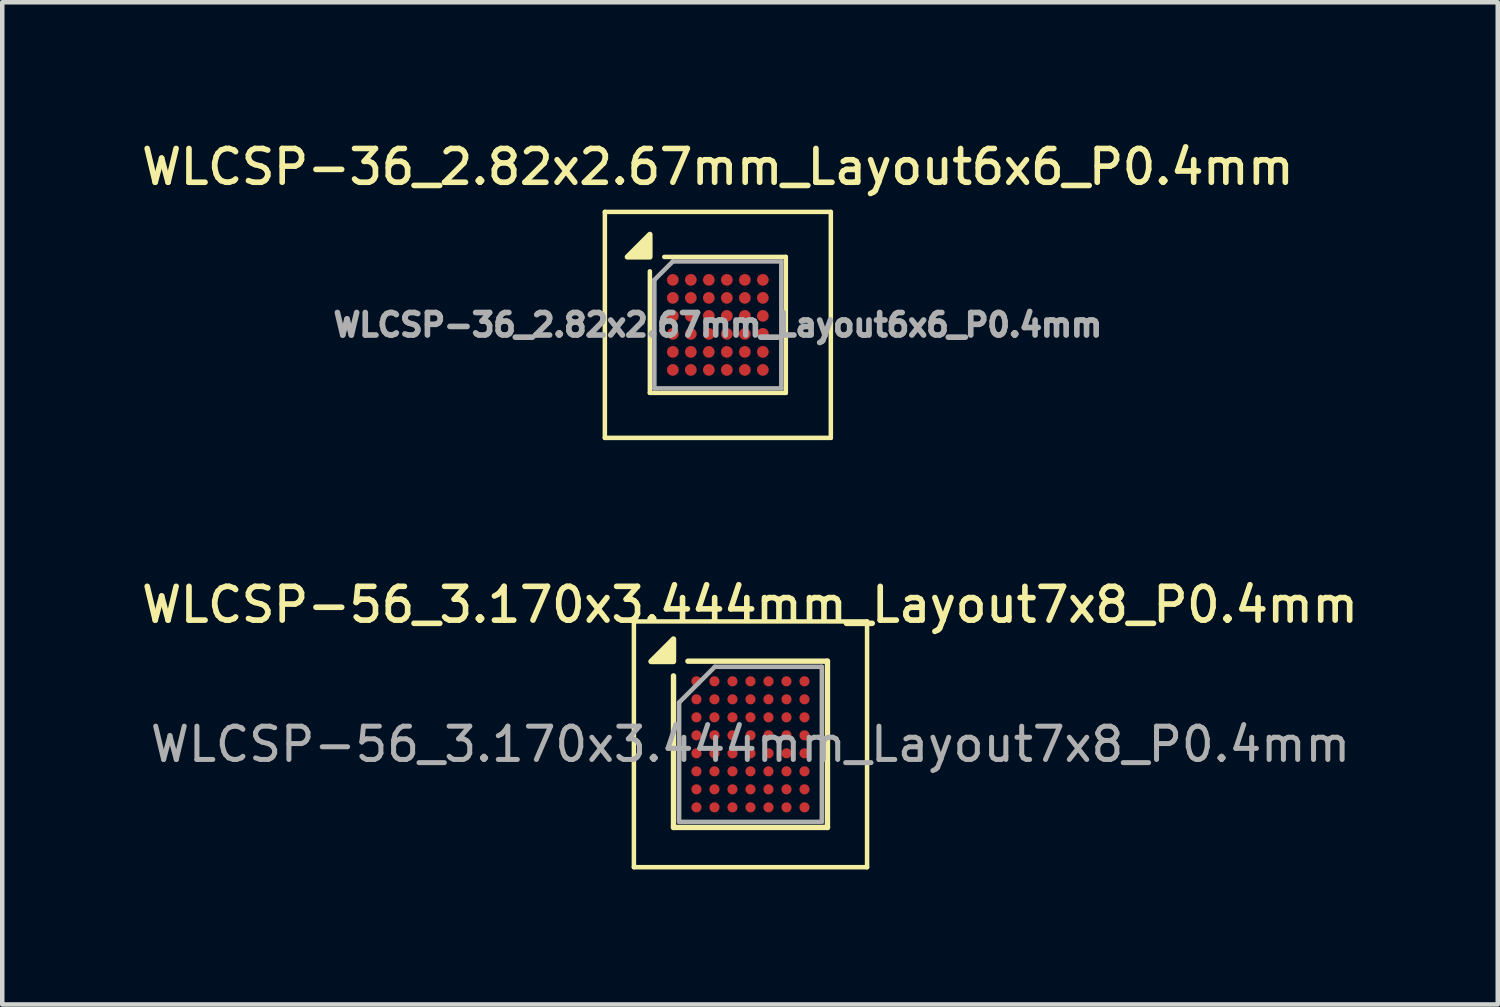
<source format=kicad_pcb>
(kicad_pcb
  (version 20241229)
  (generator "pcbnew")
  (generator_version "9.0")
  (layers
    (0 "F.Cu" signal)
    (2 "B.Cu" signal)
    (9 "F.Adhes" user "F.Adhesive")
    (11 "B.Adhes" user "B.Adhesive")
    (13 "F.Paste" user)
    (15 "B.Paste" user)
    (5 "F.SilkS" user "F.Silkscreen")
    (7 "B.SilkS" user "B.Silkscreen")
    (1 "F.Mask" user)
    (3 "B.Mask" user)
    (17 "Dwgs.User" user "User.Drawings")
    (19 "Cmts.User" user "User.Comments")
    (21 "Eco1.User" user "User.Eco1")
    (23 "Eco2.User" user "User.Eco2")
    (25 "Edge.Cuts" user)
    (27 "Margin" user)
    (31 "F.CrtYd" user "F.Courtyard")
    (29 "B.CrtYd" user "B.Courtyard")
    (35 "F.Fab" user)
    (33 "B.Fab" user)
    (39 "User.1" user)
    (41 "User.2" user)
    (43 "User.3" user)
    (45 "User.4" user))
  (footprint "WLCSP-36_2.82x2.67mm_Layout6x6_P0.4mm"
    (layer "F.Cu")
    (at 12.898 4.168)
    (property "Reference" "WLCSP-36_2.82x2.67mm_Layout6x6_P0.4mm" (at 0 -3.51 0) (layer "F.SilkS") (effects (font (size 0.75 0.75) (thickness 0.125))))
    (attr smd)
    (fp_line (start -2.51 -2.51) (end 2.51 -2.51) (stroke (width 0.1) (type solid)) (layer "F.SilkS"))
    (fp_line (start -2.51 2.51) (end -2.51 -2.51) (stroke (width 0.1) (type solid)) (layer "F.SilkS"))
    (fp_line (start -2.51 2.51) (end 2.51 2.51) (stroke (width 0.1) (type solid)) (layer "F.SilkS"))
    (fp_line (start -1.51 1.51) (end -1.51 -1.19) (stroke (width 0.1) (type solid)) (layer "F.SilkS"))
    (fp_line (start -1.51 1.51) (end 1.51 1.51) (stroke (width 0.1) (type solid)) (layer "F.SilkS"))
    (fp_line (start -1.19 -1.51) (end 1.51 -1.51) (stroke (width 0.1) (type solid)) (layer "F.SilkS"))
    (fp_line (start 1.51 1.51) (end 1.51 -1.51) (stroke (width 0.1) (type solid)) (layer "F.SilkS"))
    (fp_line (start 2.51 2.51) (end 2.51 -2.51) (stroke (width 0.1) (type solid)) (layer "F.SilkS"))
    (fp_poly (pts (xy -1.51 -1.51) (xy -2.01 -1.51) (xy -1.51 -2.01) (xy -1.51 -1.51)) (stroke (width 0.12) (type solid)) (fill yes) (layer "F.SilkS"))
    (fp_line (start -1.41 -1) (end -1 -1.41) (stroke (width 0.1) (type solid)) (layer "F.Fab"))
    (fp_line (start -1.41 1.41) (end -1.41 -1) (stroke (width 0.1) (type solid)) (layer "F.Fab"))
    (fp_line (start -1.41 1.41) (end 1.41 1.41) (stroke (width 0.1) (type solid)) (layer "F.Fab"))
    (fp_line (start -1 -1.41) (end 1.41 -1.41) (stroke (width 0.1) (type solid)) (layer "F.Fab"))
    (fp_line (start 1.41 1.41) (end 1.41 -1.41) (stroke (width 0.1) (type solid)) (layer "F.Fab"))
    (fp_text user "${REFERENCE}" (at 0 0 0) (layer "F.Fab") (effects (font (size 0.5 0.5) (thickness 0.125))))
    (pad "A1" smd circle (at -1 -1) (size 0.26 0.26) (property pad_prop_bga) (layers "F.Cu" "F.Mask" "F.Paste"))
    (pad "A2" smd circle (at -0.6 -1) (size 0.26 0.26) (property pad_prop_bga) (layers "F.Cu" "F.Mask" "F.Paste"))
    (pad "A3" smd circle (at -0.2 -1) (size 0.26 0.26) (property pad_prop_bga) (layers "F.Cu" "F.Mask" "F.Paste"))
    (pad "A4" smd circle (at 0.2 -1) (size 0.26 0.26) (property pad_prop_bga) (layers "F.Cu" "F.Mask" "F.Paste"))
    (pad "A5" smd circle (at 0.6 -1) (size 0.26 0.26) (property pad_prop_bga) (layers "F.Cu" "F.Mask" "F.Paste"))
    (pad "A6" smd circle (at 1 -1) (size 0.26 0.26) (property pad_prop_bga) (layers "F.Cu" "F.Mask" "F.Paste"))
    (pad "B1" smd circle (at -1 -0.6) (size 0.26 0.26) (property pad_prop_bga) (layers "F.Cu" "F.Mask" "F.Paste"))
    (pad "B2" smd circle (at -0.6 -0.6) (size 0.26 0.26) (property pad_prop_bga) (layers "F.Cu" "F.Mask" "F.Paste"))
    (pad "B3" smd circle (at -0.2 -0.6) (size 0.26 0.26) (property pad_prop_bga) (layers "F.Cu" "F.Mask" "F.Paste"))
    (pad "B4" smd circle (at 0.2 -0.6) (size 0.26 0.26) (property pad_prop_bga) (layers "F.Cu" "F.Mask" "F.Paste"))
    (pad "B5" smd circle (at 0.6 -0.6) (size 0.26 0.26) (property pad_prop_bga) (layers "F.Cu" "F.Mask" "F.Paste"))
    (pad "B6" smd circle (at 1 -0.6) (size 0.26 0.26) (property pad_prop_bga) (layers "F.Cu" "F.Mask" "F.Paste"))
    (pad "C1" smd circle (at -1 -0.2) (size 0.26 0.26) (property pad_prop_bga) (layers "F.Cu" "F.Mask" "F.Paste"))
    (pad "C2" smd circle (at -0.6 -0.2) (size 0.26 0.26) (property pad_prop_bga) (layers "F.Cu" "F.Mask" "F.Paste"))
    (pad "C3" smd circle (at -0.2 -0.2) (size 0.26 0.26) (property pad_prop_bga) (layers "F.Cu" "F.Mask" "F.Paste"))
    (pad "C4" smd circle (at 0.2 -0.2) (size 0.26 0.26) (property pad_prop_bga) (layers "F.Cu" "F.Mask" "F.Paste"))
    (pad "C5" smd circle (at 0.6 -0.2) (size 0.26 0.26) (property pad_prop_bga) (layers "F.Cu" "F.Mask" "F.Paste"))
    (pad "C6" smd circle (at 1 -0.2) (size 0.26 0.26) (property pad_prop_bga) (layers "F.Cu" "F.Mask" "F.Paste"))
    (pad "D1" smd circle (at -1 0.2) (size 0.26 0.26) (property pad_prop_bga) (layers "F.Cu" "F.Mask" "F.Paste"))
    (pad "D2" smd circle (at -0.6 0.2) (size 0.26 0.26) (property pad_prop_bga) (layers "F.Cu" "F.Mask" "F.Paste"))
    (pad "D3" smd circle (at -0.2 0.2) (size 0.26 0.26) (property pad_prop_bga) (layers "F.Cu" "F.Mask" "F.Paste"))
    (pad "D4" smd circle (at 0.2 0.2) (size 0.26 0.26) (property pad_prop_bga) (layers "F.Cu" "F.Mask" "F.Paste"))
    (pad "D5" smd circle (at 0.6 0.2) (size 0.26 0.26) (property pad_prop_bga) (layers "F.Cu" "F.Mask" "F.Paste"))
    (pad "D6" smd circle (at 1 0.2) (size 0.26 0.26) (property pad_prop_bga) (layers "F.Cu" "F.Mask" "F.Paste"))
    (pad "E1" smd circle (at -1 0.6) (size 0.26 0.26) (property pad_prop_bga) (layers "F.Cu" "F.Mask" "F.Paste"))
    (pad "E2" smd circle (at -0.6 0.6) (size 0.26 0.26) (property pad_prop_bga) (layers "F.Cu" "F.Mask" "F.Paste"))
    (pad "E3" smd circle (at -0.2 0.6) (size 0.26 0.26) (property pad_prop_bga) (layers "F.Cu" "F.Mask" "F.Paste"))
    (pad "E4" smd circle (at 0.2 0.6) (size 0.26 0.26) (property pad_prop_bga) (layers "F.Cu" "F.Mask" "F.Paste"))
    (pad "E5" smd circle (at 0.6 0.6) (size 0.26 0.26) (property pad_prop_bga) (layers "F.Cu" "F.Mask" "F.Paste"))
    (pad "E6" smd circle (at 1 0.6) (size 0.26 0.26) (property pad_prop_bga) (layers "F.Cu" "F.Mask" "F.Paste"))
    (pad "F1" smd circle (at -1 1) (size 0.26 0.26) (property pad_prop_bga) (layers "F.Cu" "F.Mask" "F.Paste"))
    (pad "F2" smd circle (at -0.6 1) (size 0.26 0.26) (property pad_prop_bga) (layers "F.Cu" "F.Mask" "F.Paste"))
    (pad "F3" smd circle (at -0.2 1) (size 0.26 0.26) (property pad_prop_bga) (layers "F.Cu" "F.Mask" "F.Paste"))
    (pad "F4" smd circle (at 0.2 1) (size 0.26 0.26) (property pad_prop_bga) (layers "F.Cu" "F.Mask" "F.Paste"))
    (pad "F5" smd circle (at 0.6 1) (size 0.26 0.26) (property pad_prop_bga) (layers "F.Cu" "F.Mask" "F.Paste"))
    (pad "F6" smd circle (at 1 1) (size 0.26 0.26) (property pad_prop_bga) (layers "F.Cu" "F.Mask" "F.Paste")))
  (footprint "WLCSP-56_3.170x3.444mm_Layout7x8_P0.4mm"
    (layer "F.Cu")
    (at 13.623 13.486)
    (property "Reference" "WLCSP-56_3.170x3.444mm_Layout7x8_P0.4mm" (at -0.01 -3.1 0) (layer "F.SilkS") (effects (font (size 0.75 0.75) (thickness 0.125))))
    (attr smd)
    (fp_line (start -2.59 -2.73) (end -2.59 2.73) (stroke (width 0.1) (type solid)) (layer "F.SilkS"))
    (fp_line (start -2.59 2.73) (end 2.59 2.73) (stroke (width 0.1) (type solid)) (layer "F.SilkS"))
    (fp_line (start -1.71 1.847) (end -1.71 -1.52) (stroke (width 0.12) (type solid)) (layer "F.SilkS"))
    (fp_line (start -1.39 -1.847) (end 1.71 -1.847) (stroke (width 0.12) (type solid)) (layer "F.SilkS"))
    (fp_line (start 1.71 -1.847) (end 1.71 1.847) (stroke (width 0.12) (type solid)) (layer "F.SilkS"))
    (fp_line (start 1.71 1.847) (end -1.71 1.847) (stroke (width 0.12) (type solid)) (layer "F.SilkS"))
    (fp_line (start 2.59 -2.73) (end -2.59 -2.73) (stroke (width 0.1) (type solid)) (layer "F.SilkS"))
    (fp_line (start 2.59 2.73) (end 2.59 -2.73) (stroke (width 0.1) (type solid)) (layer "F.SilkS"))
    (fp_poly (pts (xy -1.71 -1.84) (xy -2.21 -1.84) (xy -1.71 -2.34) (xy -1.71 -1.84)) (stroke (width 0.12) (type solid)) (fill yes) (layer "F.SilkS"))
    (fp_line (start -1.585 -0.929) (end -0.792 -1.722) (stroke (width 0.1) (type solid)) (layer "F.Fab"))
    (fp_line (start -1.585 1.722) (end -1.585 -0.929) (stroke (width 0.1) (type solid)) (layer "F.Fab"))
    (fp_line (start -0.792 -1.722) (end 1.585 -1.722) (stroke (width 0.1) (type solid)) (layer "F.Fab"))
    (fp_line (start 1.585 -1.722) (end 1.585 1.722) (stroke (width 0.1) (type solid)) (layer "F.Fab"))
    (fp_line (start 1.585 1.722) (end -1.585 1.722) (stroke (width 0.1) (type solid)) (layer "F.Fab"))
    (fp_text user "${REFERENCE}" (at 0 0 0) (layer "F.Fab") (effects (font (size 0.74 0.74) (thickness 0.111))))
    (pad "A1" smd circle (at -1.2 -1.4) (size 0.225 0.225) (property pad_prop_bga) (layers "F.Cu" "F.Mask" "F.Paste"))
    (pad "A2" smd circle (at -0.8 -1.4) (size 0.225 0.225) (property pad_prop_bga) (layers "F.Cu" "F.Mask" "F.Paste"))
    (pad "A3" smd circle (at -0.4 -1.4) (size 0.225 0.225) (property pad_prop_bga) (layers "F.Cu" "F.Mask" "F.Paste"))
    (pad "A4" smd circle (at 0 -1.4) (size 0.225 0.225) (property pad_prop_bga) (layers "F.Cu" "F.Mask" "F.Paste"))
    (pad "A5" smd circle (at 0.4 -1.4) (size 0.225 0.225) (property pad_prop_bga) (layers "F.Cu" "F.Mask" "F.Paste"))
    (pad "A6" smd circle (at 0.8 -1.4) (size 0.225 0.225) (property pad_prop_bga) (layers "F.Cu" "F.Mask" "F.Paste"))
    (pad "A7" smd circle (at 1.2 -1.4) (size 0.225 0.225) (property pad_prop_bga) (layers "F.Cu" "F.Mask" "F.Paste"))
    (pad "B1" smd circle (at -1.2 -1) (size 0.225 0.225) (property pad_prop_bga) (layers "F.Cu" "F.Mask" "F.Paste"))
    (pad "B2" smd circle (at -0.8 -1) (size 0.225 0.225) (property pad_prop_bga) (layers "F.Cu" "F.Mask" "F.Paste"))
    (pad "B3" smd circle (at -0.4 -1) (size 0.225 0.225) (property pad_prop_bga) (layers "F.Cu" "F.Mask" "F.Paste"))
    (pad "B4" smd circle (at 0 -1) (size 0.225 0.225) (property pad_prop_bga) (layers "F.Cu" "F.Mask" "F.Paste"))
    (pad "B5" smd circle (at 0.4 -1) (size 0.225 0.225) (property pad_prop_bga) (layers "F.Cu" "F.Mask" "F.Paste"))
    (pad "B6" smd circle (at 0.8 -1) (size 0.225 0.225) (property pad_prop_bga) (layers "F.Cu" "F.Mask" "F.Paste"))
    (pad "B7" smd circle (at 1.2 -1) (size 0.225 0.225) (property pad_prop_bga) (layers "F.Cu" "F.Mask" "F.Paste"))
    (pad "C1" smd circle (at -1.2 -0.6) (size 0.225 0.225) (property pad_prop_bga) (layers "F.Cu" "F.Mask" "F.Paste"))
    (pad "C2" smd circle (at -0.8 -0.6) (size 0.225 0.225) (property pad_prop_bga) (layers "F.Cu" "F.Mask" "F.Paste"))
    (pad "C3" smd circle (at -0.4 -0.6) (size 0.225 0.225) (property pad_prop_bga) (layers "F.Cu" "F.Mask" "F.Paste"))
    (pad "C4" smd circle (at 0 -0.6) (size 0.225 0.225) (property pad_prop_bga) (layers "F.Cu" "F.Mask" "F.Paste"))
    (pad "C5" smd circle (at 0.4 -0.6) (size 0.225 0.225) (property pad_prop_bga) (layers "F.Cu" "F.Mask" "F.Paste"))
    (pad "C6" smd circle (at 0.8 -0.6) (size 0.225 0.225) (property pad_prop_bga) (layers "F.Cu" "F.Mask" "F.Paste"))
    (pad "C7" smd circle (at 1.2 -0.6) (size 0.225 0.225) (property pad_prop_bga) (layers "F.Cu" "F.Mask" "F.Paste"))
    (pad "D1" smd circle (at -1.2 -0.2) (size 0.225 0.225) (property pad_prop_bga) (layers "F.Cu" "F.Mask" "F.Paste"))
    (pad "D2" smd circle (at -0.8 -0.2) (size 0.225 0.225) (property pad_prop_bga) (layers "F.Cu" "F.Mask" "F.Paste"))
    (pad "D3" smd circle (at -0.4 -0.2) (size 0.225 0.225) (property pad_prop_bga) (layers "F.Cu" "F.Mask" "F.Paste"))
    (pad "D4" smd circle (at 0 -0.2) (size 0.225 0.225) (property pad_prop_bga) (layers "F.Cu" "F.Mask" "F.Paste"))
    (pad "D5" smd circle (at 0.4 -0.2) (size 0.225 0.225) (property pad_prop_bga) (layers "F.Cu" "F.Mask" "F.Paste"))
    (pad "D6" smd circle (at 0.8 -0.2) (size 0.225 0.225) (property pad_prop_bga) (layers "F.Cu" "F.Mask" "F.Paste"))
    (pad "D7" smd circle (at 1.2 -0.2) (size 0.225 0.225) (property pad_prop_bga) (layers "F.Cu" "F.Mask" "F.Paste"))
    (pad "E1" smd circle (at -1.2 0.2) (size 0.225 0.225) (property pad_prop_bga) (layers "F.Cu" "F.Mask" "F.Paste"))
    (pad "E2" smd circle (at -0.8 0.2) (size 0.225 0.225) (property pad_prop_bga) (layers "F.Cu" "F.Mask" "F.Paste"))
    (pad "E3" smd circle (at -0.4 0.2) (size 0.225 0.225) (property pad_prop_bga) (layers "F.Cu" "F.Mask" "F.Paste"))
    (pad "E4" smd circle (at 0 0.2) (size 0.225 0.225) (property pad_prop_bga) (layers "F.Cu" "F.Mask" "F.Paste"))
    (pad "E5" smd circle (at 0.4 0.2) (size 0.225 0.225) (property pad_prop_bga) (layers "F.Cu" "F.Mask" "F.Paste"))
    (pad "E6" smd circle (at 0.8 0.2) (size 0.225 0.225) (property pad_prop_bga) (layers "F.Cu" "F.Mask" "F.Paste"))
    (pad "E7" smd circle (at 1.2 0.2) (size 0.225 0.225) (property pad_prop_bga) (layers "F.Cu" "F.Mask" "F.Paste"))
    (pad "F1" smd circle (at -1.2 0.6) (size 0.225 0.225) (property pad_prop_bga) (layers "F.Cu" "F.Mask" "F.Paste"))
    (pad "F2" smd circle (at -0.8 0.6) (size 0.225 0.225) (property pad_prop_bga) (layers "F.Cu" "F.Mask" "F.Paste"))
    (pad "F3" smd circle (at -0.4 0.6) (size 0.225 0.225) (property pad_prop_bga) (layers "F.Cu" "F.Mask" "F.Paste"))
    (pad "F4" smd circle (at 0 0.6) (size 0.225 0.225) (property pad_prop_bga) (layers "F.Cu" "F.Mask" "F.Paste"))
    (pad "F5" smd circle (at 0.4 0.6) (size 0.225 0.225) (property pad_prop_bga) (layers "F.Cu" "F.Mask" "F.Paste"))
    (pad "F6" smd circle (at 0.8 0.6) (size 0.225 0.225) (property pad_prop_bga) (layers "F.Cu" "F.Mask" "F.Paste"))
    (pad "F7" smd circle (at 1.2 0.6) (size 0.225 0.225) (property pad_prop_bga) (layers "F.Cu" "F.Mask" "F.Paste"))
    (pad "G1" smd circle (at -1.2 1) (size 0.225 0.225) (property pad_prop_bga) (layers "F.Cu" "F.Mask" "F.Paste"))
    (pad "G2" smd circle (at -0.8 1) (size 0.225 0.225) (property pad_prop_bga) (layers "F.Cu" "F.Mask" "F.Paste"))
    (pad "G3" smd circle (at -0.4 1) (size 0.225 0.225) (property pad_prop_bga) (layers "F.Cu" "F.Mask" "F.Paste"))
    (pad "G4" smd circle (at 0 1) (size 0.225 0.225) (property pad_prop_bga) (layers "F.Cu" "F.Mask" "F.Paste"))
    (pad "G5" smd circle (at 0.4 1) (size 0.225 0.225) (property pad_prop_bga) (layers "F.Cu" "F.Mask" "F.Paste"))
    (pad "G6" smd circle (at 0.8 1) (size 0.225 0.225) (property pad_prop_bga) (layers "F.Cu" "F.Mask" "F.Paste"))
    (pad "G7" smd circle (at 1.2 1) (size 0.225 0.225) (property pad_prop_bga) (layers "F.Cu" "F.Mask" "F.Paste"))
    (pad "H1" smd circle (at -1.2 1.4) (size 0.225 0.225) (property pad_prop_bga) (layers "F.Cu" "F.Mask" "F.Paste"))
    (pad "H2" smd circle (at -0.8 1.4) (size 0.225 0.225) (property pad_prop_bga) (layers "F.Cu" "F.Mask" "F.Paste"))
    (pad "H3" smd circle (at -0.4 1.4) (size 0.225 0.225) (property pad_prop_bga) (layers "F.Cu" "F.Mask" "F.Paste"))
    (pad "H4" smd circle (at 0 1.4) (size 0.225 0.225) (property pad_prop_bga) (layers "F.Cu" "F.Mask" "F.Paste"))
    (pad "H5" smd circle (at 0.4 1.4) (size 0.225 0.225) (property pad_prop_bga) (layers "F.Cu" "F.Mask" "F.Paste"))
    (pad "H6" smd circle (at 0.8 1.4) (size 0.225 0.225) (property pad_prop_bga) (layers "F.Cu" "F.Mask" "F.Paste"))
    (pad "H7" smd circle (at 1.2 1.4) (size 0.225 0.225) (property pad_prop_bga) (layers "F.Cu" "F.Mask" "F.Paste")))
  (gr_rect
    (start -3 -3)
    (end 30.225 19.266)
    (stroke (width 0.1) (type default))
    (fill no)
    (layer "Edge.Cuts")))
</source>
